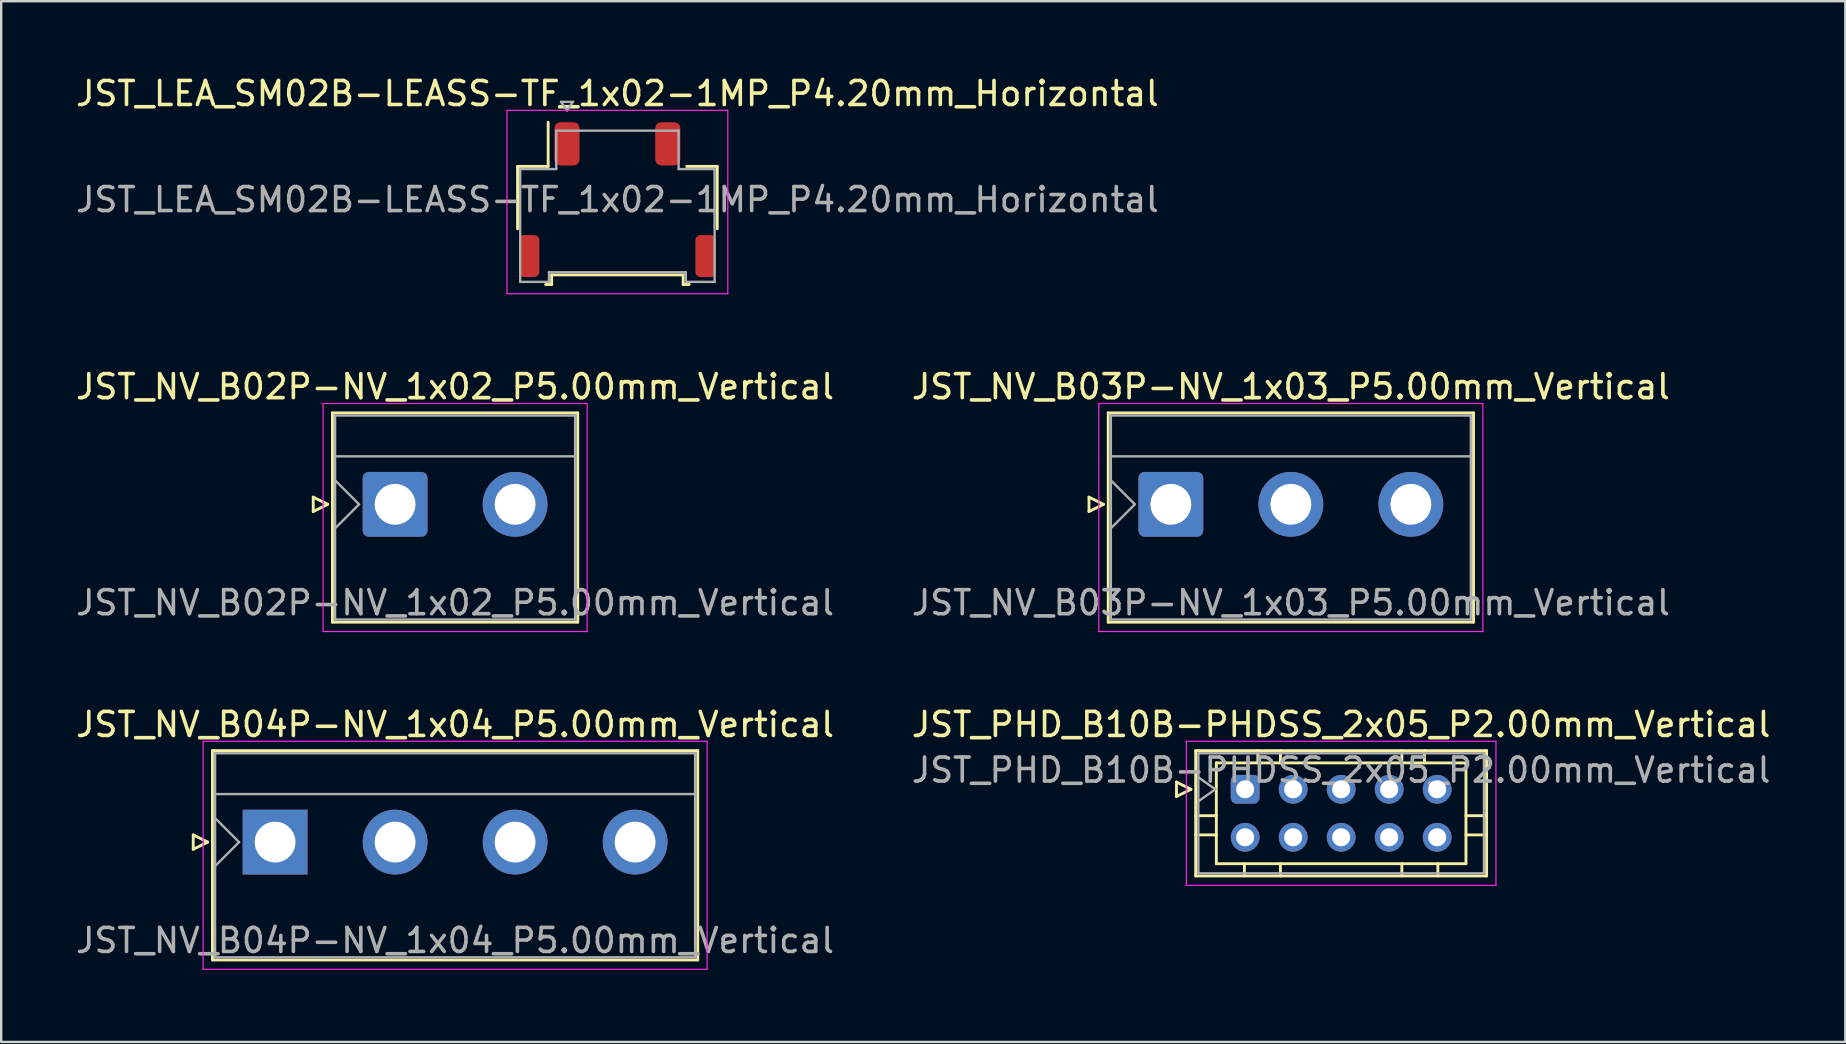
<source format=kicad_pcb>
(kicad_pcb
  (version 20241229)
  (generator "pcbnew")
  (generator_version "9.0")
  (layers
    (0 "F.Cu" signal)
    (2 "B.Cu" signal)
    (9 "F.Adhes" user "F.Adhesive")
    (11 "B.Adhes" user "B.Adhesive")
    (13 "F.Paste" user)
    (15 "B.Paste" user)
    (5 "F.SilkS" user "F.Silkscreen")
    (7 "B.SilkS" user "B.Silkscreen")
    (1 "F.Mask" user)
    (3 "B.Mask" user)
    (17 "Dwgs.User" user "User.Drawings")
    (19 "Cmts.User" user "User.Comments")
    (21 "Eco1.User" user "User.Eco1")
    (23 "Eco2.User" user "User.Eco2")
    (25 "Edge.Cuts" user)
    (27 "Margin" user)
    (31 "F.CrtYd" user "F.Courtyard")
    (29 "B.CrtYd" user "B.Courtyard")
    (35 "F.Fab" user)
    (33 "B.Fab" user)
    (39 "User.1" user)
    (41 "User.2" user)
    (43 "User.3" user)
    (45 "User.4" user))
  (footprint "JST_NV_B04P-NV_1x04_P5.00mm_Vertical"
    (layer "F.Cu")
    (at 8.411 32.035)
    (property "Reference" "JST_NV_B04P-NV_1x04_P5.00mm_Vertical" (at 7.5 -4.9 0) (layer "F.SilkS") (effects (font (size 1 1) (thickness 0.15))))
    (attr through_hole)
    (fp_line (start -3.41 -0.3) (end -2.81 0) (stroke (width 0.12) (type solid)) (layer "F.SilkS"))
    (fp_line (start -3.41 0.3) (end -3.41 -0.3) (stroke (width 0.12) (type solid)) (layer "F.SilkS"))
    (fp_line (start -2.81 0) (end -3.41 0.3) (stroke (width 0.12) (type solid)) (layer "F.SilkS"))
    (fp_line (start -2.61 -3.81) (end -2.61 4.91) (stroke (width 0.12) (type solid)) (layer "F.SilkS"))
    (fp_line (start -2.61 4.91) (end 17.61 4.91) (stroke (width 0.12) (type solid)) (layer "F.SilkS"))
    (fp_line (start 17.61 -3.81) (end -2.61 -3.81) (stroke (width 0.12) (type solid)) (layer "F.SilkS"))
    (fp_line (start 17.61 4.91) (end 17.61 -3.81) (stroke (width 0.12) (type solid)) (layer "F.SilkS"))
    (fp_line (start -3 -4.2) (end -3 5.3) (stroke (width 0.05) (type solid)) (layer "F.CrtYd"))
    (fp_line (start -3 5.3) (end 18 5.3) (stroke (width 0.05) (type solid)) (layer "F.CrtYd"))
    (fp_line (start 18 -4.2) (end -3 -4.2) (stroke (width 0.05) (type solid)) (layer "F.CrtYd"))
    (fp_line (start 18 5.3) (end 18 -4.2) (stroke (width 0.05) (type solid)) (layer "F.CrtYd"))
    (fp_line (start -2.5 -3.7) (end -2.5 4.8) (stroke (width 0.1) (type solid)) (layer "F.Fab"))
    (fp_line (start -2.5 -2) (end 17.5 -2) (stroke (width 0.1) (type solid)) (layer "F.Fab"))
    (fp_line (start -2.5 -1) (end -1.5 0) (stroke (width 0.1) (type solid)) (layer "F.Fab"))
    (fp_line (start -2.5 1) (end -1.5 0) (stroke (width 0.1) (type solid)) (layer "F.Fab"))
    (fp_line (start -2.5 4.8) (end 17.5 4.8) (stroke (width 0.1) (type solid)) (layer "F.Fab"))
    (fp_line (start 17.5 -3.7) (end -2.5 -3.7) (stroke (width 0.1) (type solid)) (layer "F.Fab"))
    (fp_line (start 17.5 4.8) (end 17.5 -3.7) (stroke (width 0.1) (type solid)) (layer "F.Fab"))
    (fp_text user "${REFERENCE}" (at 7.5 4.1 0) (layer "F.Fab") (effects (font (size 1 1) (thickness 0.15))))
    (pad "1" thru_hole rect (at 0 0) (size 2.7 2.7) (drill 1.7) (layers "*.Cu" "*.Mask"))
    (pad "2" thru_hole circle (at 5 0) (size 2.7 2.7) (drill 1.7) (layers "*.Cu" "*.Mask"))
    (pad "3" thru_hole circle (at 10 0) (size 2.7 2.7) (drill 1.7) (layers "*.Cu" "*.Mask"))
    (pad "4" thru_hole circle (at 15 0) (size 2.7 2.7) (drill 1.7) (layers "*.Cu" "*.Mask")))
  (footprint "JST_NV_B03P-NV_1x03_P5.00mm_Vertical"
    (layer "F.Cu")
    (at 45.732 17.962)
    (property "Reference" "JST_NV_B03P-NV_1x03_P5.00mm_Vertical" (at 5 -4.9 0) (layer "F.SilkS") (effects (font (size 1 1) (thickness 0.15))))
    (attr through_hole)
    (fp_line (start -3.41 -0.3) (end -2.81 0) (stroke (width 0.12) (type solid)) (layer "F.SilkS"))
    (fp_line (start -3.41 0.3) (end -3.41 -0.3) (stroke (width 0.12) (type solid)) (layer "F.SilkS"))
    (fp_line (start -2.81 0) (end -3.41 0.3) (stroke (width 0.12) (type solid)) (layer "F.SilkS"))
    (fp_line (start -2.61 -3.81) (end -2.61 4.91) (stroke (width 0.12) (type solid)) (layer "F.SilkS"))
    (fp_line (start -2.61 4.91) (end 12.61 4.91) (stroke (width 0.12) (type solid)) (layer "F.SilkS"))
    (fp_line (start 12.61 -3.81) (end -2.61 -3.81) (stroke (width 0.12) (type solid)) (layer "F.SilkS"))
    (fp_line (start 12.61 4.91) (end 12.61 -3.81) (stroke (width 0.12) (type solid)) (layer "F.SilkS"))
    (fp_line (start -3 -4.2) (end -3 5.3) (stroke (width 0.05) (type solid)) (layer "F.CrtYd"))
    (fp_line (start -3 5.3) (end 13 5.3) (stroke (width 0.05) (type solid)) (layer "F.CrtYd"))
    (fp_line (start 13 -4.2) (end -3 -4.2) (stroke (width 0.05) (type solid)) (layer "F.CrtYd"))
    (fp_line (start 13 5.3) (end 13 -4.2) (stroke (width 0.05) (type solid)) (layer "F.CrtYd"))
    (fp_line (start -2.5 -3.7) (end -2.5 4.8) (stroke (width 0.1) (type solid)) (layer "F.Fab"))
    (fp_line (start -2.5 -2) (end 12.5 -2) (stroke (width 0.1) (type solid)) (layer "F.Fab"))
    (fp_line (start -2.5 -1) (end -1.5 0) (stroke (width 0.1) (type solid)) (layer "F.Fab"))
    (fp_line (start -2.5 1) (end -1.5 0) (stroke (width 0.1) (type solid)) (layer "F.Fab"))
    (fp_line (start -2.5 4.8) (end 12.5 4.8) (stroke (width 0.1) (type solid)) (layer "F.Fab"))
    (fp_line (start 12.5 -3.7) (end -2.5 -3.7) (stroke (width 0.1) (type solid)) (layer "F.Fab"))
    (fp_line (start 12.5 4.8) (end 12.5 -3.7) (stroke (width 0.1) (type solid)) (layer "F.Fab"))
    (fp_text user "${REFERENCE}" (at 5 4.1 0) (layer "F.Fab") (effects (font (size 1 1) (thickness 0.15))))
    (pad "1" thru_hole roundrect (at 0 0) (size 2.7 2.7) (drill 1.7) (layers "*.Cu" "*.Mask") (roundrect_rratio 0.093))
    (pad "2" thru_hole circle (at 5 0) (size 2.7 2.7) (drill 1.7) (layers "*.Cu" "*.Mask"))
    (pad "3" thru_hole circle (at 10 0) (size 2.7 2.7) (drill 1.7) (layers "*.Cu" "*.Mask")))
  (footprint "JST_PHD_B10B-PHDSS_2x05_P2.00mm_Vertical"
    (layer "F.Cu")
    (at 48.827 29.835)
    (property "Reference" "JST_PHD_B10B-PHDSS_2x05_P2.00mm_Vertical" (at 4 -2.7 0) (layer "F.SilkS") (effects (font (size 1 1) (thickness 0.15))))
    (attr through_hole)
    (fp_line (start -2.86 -0.3) (end -2.26 0) (stroke (width 0.12) (type solid)) (layer "F.SilkS"))
    (fp_line (start -2.86 0.3) (end -2.86 -0.3) (stroke (width 0.12) (type solid)) (layer "F.SilkS"))
    (fp_line (start -2.26 0) (end -2.86 0.3) (stroke (width 0.12) (type solid)) (layer "F.SilkS"))
    (fp_line (start -2.06 -1.61) (end -2.06 3.61) (stroke (width 0.12) (type solid)) (layer "F.SilkS"))
    (fp_line (start -2.06 1.1) (end -1.2 1.1) (stroke (width 0.12) (type solid)) (layer "F.SilkS"))
    (fp_line (start -2.06 1.9) (end -1.2 1.9) (stroke (width 0.12) (type solid)) (layer "F.SilkS"))
    (fp_line (start -2.06 3.61) (end 10.06 3.61) (stroke (width 0.12) (type solid)) (layer "F.SilkS"))
    (fp_line (start -1.2 -1.1) (end -1.2 3.1) (stroke (width 0.12) (type solid)) (layer "F.SilkS"))
    (fp_line (start -1.2 3.1) (end 9.2 3.1) (stroke (width 0.12) (type solid)) (layer "F.SilkS"))
    (fp_line (start -0.03 3.61) (end -0.03 3.1) (stroke (width 0.12) (type solid)) (layer "F.SilkS"))
    (fp_line (start 0.53 -1.61) (end 0.53 -1.1) (stroke (width 0.12) (type solid)) (layer "F.SilkS"))
    (fp_line (start 1.47 -1.61) (end 1.47 -1.1) (stroke (width 0.12) (type solid)) (layer "F.SilkS"))
    (fp_line (start 1.47 3.61) (end 1.47 3.1) (stroke (width 0.12) (type solid)) (layer "F.SilkS"))
    (fp_line (start 6.53 -1.61) (end 6.53 -1.1) (stroke (width 0.12) (type solid)) (layer "F.SilkS"))
    (fp_line (start 6.53 3.61) (end 6.53 3.1) (stroke (width 0.12) (type solid)) (layer "F.SilkS"))
    (fp_line (start 7.47 -1.61) (end 7.47 -1.1) (stroke (width 0.12) (type solid)) (layer "F.SilkS"))
    (fp_line (start 8.03 3.61) (end 8.03 3.1) (stroke (width 0.12) (type solid)) (layer "F.SilkS"))
    (fp_line (start 9.2 -1.1) (end -1.2 -1.1) (stroke (width 0.12) (type solid)) (layer "F.SilkS"))
    (fp_line (start 9.2 3.1) (end 9.2 -1.1) (stroke (width 0.12) (type solid)) (layer "F.SilkS"))
    (fp_line (start 10.06 -1.61) (end -2.06 -1.61) (stroke (width 0.12) (type solid)) (layer "F.SilkS"))
    (fp_line (start 10.06 1.1) (end 9.2 1.1) (stroke (width 0.12) (type solid)) (layer "F.SilkS"))
    (fp_line (start 10.06 1.9) (end 9.2 1.9) (stroke (width 0.12) (type solid)) (layer "F.SilkS"))
    (fp_line (start 10.06 3.61) (end 10.06 -1.61) (stroke (width 0.12) (type solid)) (layer "F.SilkS"))
    (fp_line (start -2.45 -2) (end -2.45 4) (stroke (width 0.05) (type solid)) (layer "F.CrtYd"))
    (fp_line (start -2.45 4) (end 10.45 4) (stroke (width 0.05) (type solid)) (layer "F.CrtYd"))
    (fp_line (start 10.45 -2) (end -2.45 -2) (stroke (width 0.05) (type solid)) (layer "F.CrtYd"))
    (fp_line (start 10.45 4) (end 10.45 -2) (stroke (width 0.05) (type solid)) (layer "F.CrtYd"))
    (fp_line (start -1.95 -1.5) (end -1.95 3.5) (stroke (width 0.1) (type solid)) (layer "F.Fab"))
    (fp_line (start -1.95 0.5) (end -1.243 0) (stroke (width 0.1) (type solid)) (layer "F.Fab"))
    (fp_line (start -1.95 3.5) (end 9.95 3.5) (stroke (width 0.1) (type solid)) (layer "F.Fab"))
    (fp_line (start -1.243 0) (end -1.95 -0.5) (stroke (width 0.1) (type solid)) (layer "F.Fab"))
    (fp_line (start 9.95 -1.5) (end -1.95 -1.5) (stroke (width 0.1) (type solid)) (layer "F.Fab"))
    (fp_line (start 9.95 3.5) (end 9.95 -1.5) (stroke (width 0.1) (type solid)) (layer "F.Fab"))
    (fp_text user "${REFERENCE}" (at 4 -0.8 0) (layer "F.Fab") (effects (font (size 1 1) (thickness 0.15))))
    (pad "1" thru_hole roundrect (at 0 0) (size 1.2 1.2) (drill 0.75) (layers "*.Cu" "*.Mask") (roundrect_rratio 0.208))
    (pad "2" thru_hole circle (at 0 2) (size 1.2 1.2) (drill 0.75) (layers "*.Cu" "*.Mask"))
    (pad "3" thru_hole circle (at 2 0) (size 1.2 1.2) (drill 0.75) (layers "*.Cu" "*.Mask"))
    (pad "4" thru_hole circle (at 2 2) (size 1.2 1.2) (drill 0.75) (layers "*.Cu" "*.Mask"))
    (pad "5" thru_hole circle (at 4 0) (size 1.2 1.2) (drill 0.75) (layers "*.Cu" "*.Mask"))
    (pad "6" thru_hole circle (at 4 2) (size 1.2 1.2) (drill 0.75) (layers "*.Cu" "*.Mask"))
    (pad "7" thru_hole circle (at 6 0) (size 1.2 1.2) (drill 0.75) (layers "*.Cu" "*.Mask"))
    (pad "8" thru_hole circle (at 6 2) (size 1.2 1.2) (drill 0.75) (layers "*.Cu" "*.Mask"))
    (pad "9" thru_hole circle (at 8 0) (size 1.2 1.2) (drill 0.75) (layers "*.Cu" "*.Mask"))
    (pad "10" thru_hole circle (at 8 2) (size 1.2 1.2) (drill 0.75) (layers "*.Cu" "*.Mask")))
  (footprint "JST_NV_B02P-NV_1x02_P5.00mm_Vertical"
    (layer "F.Cu")
    (at 13.411 17.962)
    (property "Reference" "JST_NV_B02P-NV_1x02_P5.00mm_Vertical" (at 2.5 -4.9 0) (layer "F.SilkS") (effects (font (size 1 1) (thickness 0.15))))
    (attr through_hole)
    (fp_line (start -3.41 -0.3) (end -2.81 0) (stroke (width 0.12) (type solid)) (layer "F.SilkS"))
    (fp_line (start -3.41 0.3) (end -3.41 -0.3) (stroke (width 0.12) (type solid)) (layer "F.SilkS"))
    (fp_line (start -2.81 0) (end -3.41 0.3) (stroke (width 0.12) (type solid)) (layer "F.SilkS"))
    (fp_line (start -2.61 -3.81) (end -2.61 4.91) (stroke (width 0.12) (type solid)) (layer "F.SilkS"))
    (fp_line (start -2.61 4.91) (end 7.61 4.91) (stroke (width 0.12) (type solid)) (layer "F.SilkS"))
    (fp_line (start 7.61 -3.81) (end -2.61 -3.81) (stroke (width 0.12) (type solid)) (layer "F.SilkS"))
    (fp_line (start 7.61 4.91) (end 7.61 -3.81) (stroke (width 0.12) (type solid)) (layer "F.SilkS"))
    (fp_line (start -3 -4.2) (end -3 5.3) (stroke (width 0.05) (type solid)) (layer "F.CrtYd"))
    (fp_line (start -3 5.3) (end 8 5.3) (stroke (width 0.05) (type solid)) (layer "F.CrtYd"))
    (fp_line (start 8 -4.2) (end -3 -4.2) (stroke (width 0.05) (type solid)) (layer "F.CrtYd"))
    (fp_line (start 8 5.3) (end 8 -4.2) (stroke (width 0.05) (type solid)) (layer "F.CrtYd"))
    (fp_line (start -2.5 -3.7) (end -2.5 4.8) (stroke (width 0.1) (type solid)) (layer "F.Fab"))
    (fp_line (start -2.5 -2) (end 7.5 -2) (stroke (width 0.1) (type solid)) (layer "F.Fab"))
    (fp_line (start -2.5 -1) (end -1.5 0) (stroke (width 0.1) (type solid)) (layer "F.Fab"))
    (fp_line (start -2.5 1) (end -1.5 0) (stroke (width 0.1) (type solid)) (layer "F.Fab"))
    (fp_line (start -2.5 4.8) (end 7.5 4.8) (stroke (width 0.1) (type solid)) (layer "F.Fab"))
    (fp_line (start 7.5 -3.7) (end -2.5 -3.7) (stroke (width 0.1) (type solid)) (layer "F.Fab"))
    (fp_line (start 7.5 4.8) (end 7.5 -3.7) (stroke (width 0.1) (type solid)) (layer "F.Fab"))
    (fp_text user "${REFERENCE}" (at 2.5 4.1 0) (layer "F.Fab") (effects (font (size 1 1) (thickness 0.15))))
    (pad "1" thru_hole roundrect (at 0 0) (size 2.7 2.7) (drill 1.7) (layers "*.Cu" "*.Mask") (roundrect_rratio 0.093))
    (pad "2" thru_hole circle (at 5 0) (size 2.7 2.7) (drill 1.7) (layers "*.Cu" "*.Mask")))
  (footprint "JST_LEA_SM02B-LEASS-TF_1x02-1MP_P4.20mm_Horizontal"
    (layer "F.Cu")
    (at 22.673 5.268)
    (property "Reference" "JST_LEA_SM02B-LEASS-TF_1x02-1MP_P4.20mm_Horizontal" (at 0 -4.42 0) (layer "F.SilkS") (effects (font (size 1 1) (thickness 0.15))))
    (attr smd)
    (fp_line (start -4.16 -1.385) (end -2.885 -1.385) (stroke (width 0.12) (type solid)) (layer "F.SilkS"))
    (fp_line (start -4.16 1.215) (end -4.16 -1.385) (stroke (width 0.12) (type solid)) (layer "F.SilkS"))
    (fp_line (start -2.99 3.535) (end -2.74 3.535) (stroke (width 0.12) (type solid)) (layer "F.SilkS"))
    (fp_line (start -2.885 -1.385) (end -2.885 -3.225) (stroke (width 0.12) (type solid)) (layer "F.SilkS"))
    (fp_line (start -2.74 3.135) (end 2.74 3.135) (stroke (width 0.12) (type solid)) (layer "F.SilkS"))
    (fp_line (start -2.74 3.535) (end -2.74 3.135) (stroke (width 0.12) (type solid)) (layer "F.SilkS"))
    (fp_line (start 2.74 3.135) (end 2.74 3.535) (stroke (width 0.12) (type solid)) (layer "F.SilkS"))
    (fp_line (start 2.74 3.535) (end 2.99 3.535) (stroke (width 0.12) (type solid)) (layer "F.SilkS"))
    (fp_line (start 4.16 -1.385) (end 2.885 -1.385) (stroke (width 0.12) (type solid)) (layer "F.SilkS"))
    (fp_line (start 4.16 1.215) (end 4.16 -1.385) (stroke (width 0.12) (type solid)) (layer "F.SilkS"))
    (fp_line (start -4.6 -3.72) (end -4.6 3.92) (stroke (width 0.05) (type solid)) (layer "F.CrtYd"))
    (fp_line (start -4.6 3.92) (end 4.6 3.92) (stroke (width 0.05) (type solid)) (layer "F.CrtYd"))
    (fp_line (start 4.6 -3.72) (end -4.6 -3.72) (stroke (width 0.05) (type solid)) (layer "F.CrtYd"))
    (fp_line (start 4.6 3.92) (end 4.6 -3.72) (stroke (width 0.05) (type solid)) (layer "F.CrtYd"))
    (fp_line (start -4.05 -1.275) (end -4.05 3.425) (stroke (width 0.1) (type solid)) (layer "F.Fab"))
    (fp_line (start -4.05 -1.275) (end -2.55 -1.275) (stroke (width 0.1) (type solid)) (layer "F.Fab"))
    (fp_line (start -4.05 3.425) (end -2.85 3.425) (stroke (width 0.1) (type solid)) (layer "F.Fab"))
    (fp_line (start -2.85 3.025) (end 2.85 3.025) (stroke (width 0.1) (type solid)) (layer "F.Fab"))
    (fp_line (start -2.85 3.425) (end -2.85 3.025) (stroke (width 0.1) (type solid)) (layer "F.Fab"))
    (fp_line (start -2.55 -2.875) (end 2.55 -2.875) (stroke (width 0.1) (type solid)) (layer "F.Fab"))
    (fp_line (start -2.55 -1.275) (end -2.55 -2.875) (stroke (width 0.1) (type solid)) (layer "F.Fab"))
    (fp_line (start -2.35 -4.074) (end -2.1 -3.72) (stroke (width 0.1) (type solid)) (layer "F.Fab"))
    (fp_line (start -2.1 -3.72) (end -1.85 -4.074) (stroke (width 0.1) (type solid)) (layer "F.Fab"))
    (fp_line (start -1.85 -4.074) (end -2.35 -4.074) (stroke (width 0.1) (type solid)) (layer "F.Fab"))
    (fp_line (start 2.55 -2.875) (end 2.55 -1.275) (stroke (width 0.1) (type solid)) (layer "F.Fab"))
    (fp_line (start 2.55 -1.275) (end 4.05 -1.275) (stroke (width 0.1) (type solid)) (layer "F.Fab"))
    (fp_line (start 2.85 3.025) (end 2.85 3.425) (stroke (width 0.1) (type solid)) (layer "F.Fab"))
    (fp_line (start 2.85 3.425) (end 4.05 3.425) (stroke (width 0.1) (type solid)) (layer "F.Fab"))
    (fp_line (start 4.05 -1.275) (end 4.05 3.425) (stroke (width 0.1) (type solid)) (layer "F.Fab"))
    (fp_text user "${REFERENCE}" (at 0 0 0) (layer "F.Fab") (effects (font (size 1 1) (thickness 0.15))))
    (pad "1" smd roundrect (at -2.1 -2.325) (size 1.05 1.8) (layers "F.Cu" "F.Mask" "F.Paste") (roundrect_rratio 0.238))
    (pad "2" smd roundrect (at 2.1 -2.325) (size 1.05 1.8) (layers "F.Cu" "F.Mask" "F.Paste") (roundrect_rratio 0.238))
    (pad "MP" smd roundrect (at -3.675 2.35) (size 0.85 1.75) (layers "F.Cu" "F.Mask" "F.Paste") (roundrect_rratio 0.25))
    (pad "MP" smd roundrect (at 3.675 2.35) (size 0.85 1.75) (layers "F.Cu" "F.Mask" "F.Paste") (roundrect_rratio 0.25)))
  (gr_rect
    (start -3 -3)
    (end 73.833 40.36)
    (stroke (width 0.1) (type default))
    (fill no)
    (layer "Edge.Cuts")))
</source>
